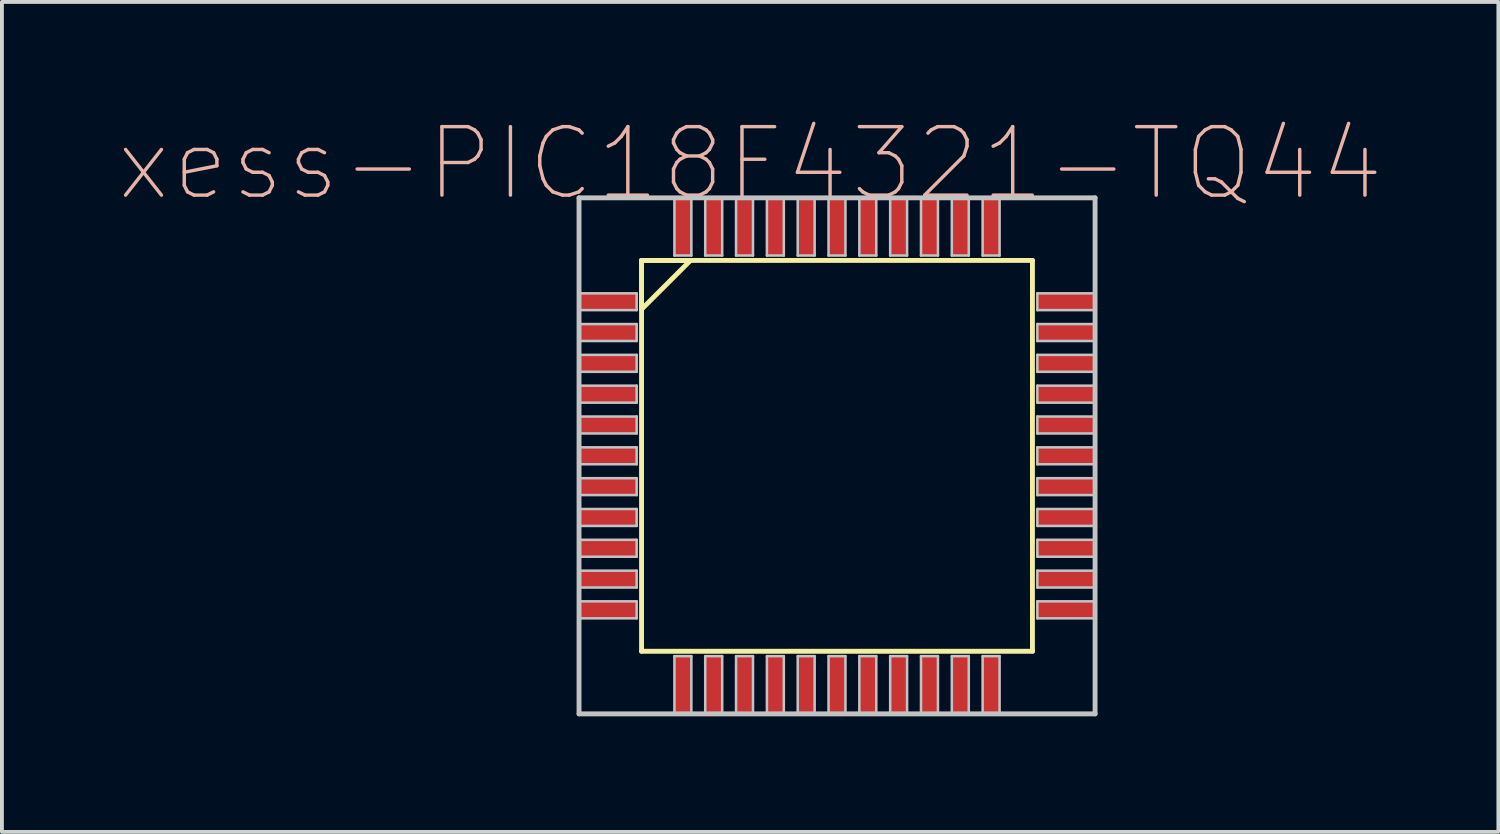
<source format=kicad_pcb>
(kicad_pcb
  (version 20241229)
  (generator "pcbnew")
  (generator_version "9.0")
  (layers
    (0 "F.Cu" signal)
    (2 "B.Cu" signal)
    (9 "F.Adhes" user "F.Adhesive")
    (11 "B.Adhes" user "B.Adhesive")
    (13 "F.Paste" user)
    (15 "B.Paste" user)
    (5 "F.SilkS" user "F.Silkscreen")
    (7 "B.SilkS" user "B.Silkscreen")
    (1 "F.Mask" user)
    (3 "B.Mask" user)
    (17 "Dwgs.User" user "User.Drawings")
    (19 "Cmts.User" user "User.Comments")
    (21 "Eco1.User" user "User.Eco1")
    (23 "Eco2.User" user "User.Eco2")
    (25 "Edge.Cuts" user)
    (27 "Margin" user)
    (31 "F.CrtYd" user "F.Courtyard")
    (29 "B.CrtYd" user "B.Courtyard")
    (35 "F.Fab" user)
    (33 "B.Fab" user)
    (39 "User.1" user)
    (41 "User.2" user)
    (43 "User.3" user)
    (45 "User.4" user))
  (footprint "xess-PIC18F4321-TQ44"
    (layer "F.Cu")
    (at 12.979 4.783)
    (property "Reference" "xess-PIC18F4321-TQ44" (at 3.444 -3.586 0) (layer "B.SilkS") (effects (font (size 1.778 1.778) (thickness 0.089))))
    (attr smd)
    (fp_line (start 0.625 -1.072) (end 0.625 0.196) (stroke (width 0.127) (type solid)) (layer "F.SilkS"))
    (fp_line (start 0.625 -1.072) (end 0.625 9.073) (stroke (width 0.127) (type solid)) (layer "F.SilkS"))
    (fp_line (start 0.625 0.196) (end 1.895 -1.072) (stroke (width 0.127) (type solid)) (layer "F.SilkS"))
    (fp_line (start 0.625 9.073) (end 10.772 9.073) (stroke (width 0.127) (type solid)) (layer "F.SilkS"))
    (fp_line (start 1.895 -1.072) (end 0.625 -1.072) (stroke (width 0.127) (type solid)) (layer "F.SilkS"))
    (fp_line (start 10.772 -1.072) (end 0.625 -1.072) (stroke (width 0.127) (type solid)) (layer "F.SilkS"))
    (fp_line (start 10.772 9.073) (end 10.772 -1.072) (stroke (width 0.127) (type solid)) (layer "F.SilkS"))
    (fp_line (start -0.998 -2.697) (end -0.998 10.698) (stroke (width 0.127) (type solid)) (layer "Dwgs.User"))
    (fp_line (start -0.998 -0.218) (end 0.498 -0.218) (stroke (width 0.066) (type solid)) (layer "Dwgs.User"))
    (fp_line (start -0.998 0.218) (end -0.998 -0.218) (stroke (width 0.066) (type solid)) (layer "Dwgs.User"))
    (fp_line (start -0.998 0.218) (end 0.498 0.218) (stroke (width 0.066) (type solid)) (layer "Dwgs.User"))
    (fp_line (start -0.998 0.579) (end 0.498 0.579) (stroke (width 0.066) (type solid)) (layer "Dwgs.User"))
    (fp_line (start -0.998 1.019) (end -0.998 0.579) (stroke (width 0.066) (type solid)) (layer "Dwgs.User"))
    (fp_line (start -0.998 1.019) (end 0.498 1.019) (stroke (width 0.066) (type solid)) (layer "Dwgs.User"))
    (fp_line (start -0.998 1.379) (end 0.498 1.379) (stroke (width 0.066) (type solid)) (layer "Dwgs.User"))
    (fp_line (start -0.998 1.819) (end -0.998 1.379) (stroke (width 0.066) (type solid)) (layer "Dwgs.User"))
    (fp_line (start -0.998 1.819) (end 0.498 1.819) (stroke (width 0.066) (type solid)) (layer "Dwgs.User"))
    (fp_line (start -0.998 2.179) (end 0.498 2.179) (stroke (width 0.066) (type solid)) (layer "Dwgs.User"))
    (fp_line (start -0.998 2.619) (end -0.998 2.179) (stroke (width 0.066) (type solid)) (layer "Dwgs.User"))
    (fp_line (start -0.998 2.619) (end 0.498 2.619) (stroke (width 0.066) (type solid)) (layer "Dwgs.User"))
    (fp_line (start -0.998 2.979) (end 0.498 2.979) (stroke (width 0.066) (type solid)) (layer "Dwgs.User"))
    (fp_line (start -0.998 3.419) (end -0.998 2.979) (stroke (width 0.066) (type solid)) (layer "Dwgs.User"))
    (fp_line (start -0.998 3.419) (end 0.498 3.419) (stroke (width 0.066) (type solid)) (layer "Dwgs.User"))
    (fp_line (start -0.998 3.78) (end 0.498 3.78) (stroke (width 0.066) (type solid)) (layer "Dwgs.User"))
    (fp_line (start -0.998 4.219) (end -0.998 3.78) (stroke (width 0.066) (type solid)) (layer "Dwgs.User"))
    (fp_line (start -0.998 4.219) (end 0.498 4.219) (stroke (width 0.066) (type solid)) (layer "Dwgs.User"))
    (fp_line (start -0.998 4.58) (end 0.498 4.58) (stroke (width 0.066) (type solid)) (layer "Dwgs.User"))
    (fp_line (start -0.998 5.019) (end -0.998 4.58) (stroke (width 0.066) (type solid)) (layer "Dwgs.User"))
    (fp_line (start -0.998 5.019) (end 0.498 5.019) (stroke (width 0.066) (type solid)) (layer "Dwgs.User"))
    (fp_line (start -0.998 5.38) (end 0.498 5.38) (stroke (width 0.066) (type solid)) (layer "Dwgs.User"))
    (fp_line (start -0.998 5.819) (end -0.998 5.38) (stroke (width 0.066) (type solid)) (layer "Dwgs.User"))
    (fp_line (start -0.998 5.819) (end 0.498 5.819) (stroke (width 0.066) (type solid)) (layer "Dwgs.User"))
    (fp_line (start -0.998 6.18) (end 0.498 6.18) (stroke (width 0.066) (type solid)) (layer "Dwgs.User"))
    (fp_line (start -0.998 6.619) (end -0.998 6.18) (stroke (width 0.066) (type solid)) (layer "Dwgs.User"))
    (fp_line (start -0.998 6.619) (end 0.498 6.619) (stroke (width 0.066) (type solid)) (layer "Dwgs.User"))
    (fp_line (start -0.998 6.98) (end 0.498 6.98) (stroke (width 0.066) (type solid)) (layer "Dwgs.User"))
    (fp_line (start -0.998 7.419) (end -0.998 6.98) (stroke (width 0.066) (type solid)) (layer "Dwgs.User"))
    (fp_line (start -0.998 7.419) (end 0.498 7.419) (stroke (width 0.066) (type solid)) (layer "Dwgs.User"))
    (fp_line (start -0.998 7.777) (end 0.498 7.777) (stroke (width 0.066) (type solid)) (layer "Dwgs.User"))
    (fp_line (start -0.998 8.219) (end -0.998 7.777) (stroke (width 0.066) (type solid)) (layer "Dwgs.User"))
    (fp_line (start -0.998 8.219) (end 0.498 8.219) (stroke (width 0.066) (type solid)) (layer "Dwgs.User"))
    (fp_line (start -0.998 10.698) (end 12.398 10.698) (stroke (width 0.127) (type solid)) (layer "Dwgs.User"))
    (fp_line (start 0.498 0.218) (end 0.498 -0.218) (stroke (width 0.066) (type solid)) (layer "Dwgs.User"))
    (fp_line (start 0.498 1.019) (end 0.498 0.579) (stroke (width 0.066) (type solid)) (layer "Dwgs.User"))
    (fp_line (start 0.498 1.819) (end 0.498 1.379) (stroke (width 0.066) (type solid)) (layer "Dwgs.User"))
    (fp_line (start 0.498 2.619) (end 0.498 2.179) (stroke (width 0.066) (type solid)) (layer "Dwgs.User"))
    (fp_line (start 0.498 3.419) (end 0.498 2.979) (stroke (width 0.066) (type solid)) (layer "Dwgs.User"))
    (fp_line (start 0.498 4.219) (end 0.498 3.78) (stroke (width 0.066) (type solid)) (layer "Dwgs.User"))
    (fp_line (start 0.498 5.019) (end 0.498 4.58) (stroke (width 0.066) (type solid)) (layer "Dwgs.User"))
    (fp_line (start 0.498 5.819) (end 0.498 5.38) (stroke (width 0.066) (type solid)) (layer "Dwgs.User"))
    (fp_line (start 0.498 6.619) (end 0.498 6.18) (stroke (width 0.066) (type solid)) (layer "Dwgs.User"))
    (fp_line (start 0.498 7.419) (end 0.498 6.98) (stroke (width 0.066) (type solid)) (layer "Dwgs.User"))
    (fp_line (start 0.498 8.219) (end 0.498 7.777) (stroke (width 0.066) (type solid)) (layer "Dwgs.User"))
    (fp_line (start 1.478 -2.697) (end 1.918 -2.697) (stroke (width 0.066) (type solid)) (layer "Dwgs.User"))
    (fp_line (start 1.478 -1.199) (end 1.478 -2.697) (stroke (width 0.066) (type solid)) (layer "Dwgs.User"))
    (fp_line (start 1.478 -1.199) (end 1.918 -1.199) (stroke (width 0.066) (type solid)) (layer "Dwgs.User"))
    (fp_line (start 1.478 9.2) (end 1.918 9.2) (stroke (width 0.066) (type solid)) (layer "Dwgs.User"))
    (fp_line (start 1.478 10.698) (end 1.478 9.2) (stroke (width 0.066) (type solid)) (layer "Dwgs.User"))
    (fp_line (start 1.478 10.698) (end 1.918 10.698) (stroke (width 0.066) (type solid)) (layer "Dwgs.User"))
    (fp_line (start 1.918 -1.199) (end 1.918 -2.697) (stroke (width 0.066) (type solid)) (layer "Dwgs.User"))
    (fp_line (start 1.918 10.698) (end 1.918 9.2) (stroke (width 0.066) (type solid)) (layer "Dwgs.User"))
    (fp_line (start 2.278 -2.697) (end 2.718 -2.697) (stroke (width 0.066) (type solid)) (layer "Dwgs.User"))
    (fp_line (start 2.278 -1.199) (end 2.278 -2.697) (stroke (width 0.066) (type solid)) (layer "Dwgs.User"))
    (fp_line (start 2.278 -1.199) (end 2.718 -1.199) (stroke (width 0.066) (type solid)) (layer "Dwgs.User"))
    (fp_line (start 2.278 9.2) (end 2.718 9.2) (stroke (width 0.066) (type solid)) (layer "Dwgs.User"))
    (fp_line (start 2.278 10.698) (end 2.278 9.2) (stroke (width 0.066) (type solid)) (layer "Dwgs.User"))
    (fp_line (start 2.278 10.698) (end 2.718 10.698) (stroke (width 0.066) (type solid)) (layer "Dwgs.User"))
    (fp_line (start 2.718 -1.199) (end 2.718 -2.697) (stroke (width 0.066) (type solid)) (layer "Dwgs.User"))
    (fp_line (start 2.718 10.698) (end 2.718 9.2) (stroke (width 0.066) (type solid)) (layer "Dwgs.User"))
    (fp_line (start 3.078 -2.697) (end 3.518 -2.697) (stroke (width 0.066) (type solid)) (layer "Dwgs.User"))
    (fp_line (start 3.078 -1.199) (end 3.078 -2.697) (stroke (width 0.066) (type solid)) (layer "Dwgs.User"))
    (fp_line (start 3.078 -1.199) (end 3.518 -1.199) (stroke (width 0.066) (type solid)) (layer "Dwgs.User"))
    (fp_line (start 3.078 9.2) (end 3.518 9.2) (stroke (width 0.066) (type solid)) (layer "Dwgs.User"))
    (fp_line (start 3.078 10.698) (end 3.078 9.2) (stroke (width 0.066) (type solid)) (layer "Dwgs.User"))
    (fp_line (start 3.078 10.698) (end 3.518 10.698) (stroke (width 0.066) (type solid)) (layer "Dwgs.User"))
    (fp_line (start 3.518 -1.199) (end 3.518 -2.697) (stroke (width 0.066) (type solid)) (layer "Dwgs.User"))
    (fp_line (start 3.518 10.698) (end 3.518 9.2) (stroke (width 0.066) (type solid)) (layer "Dwgs.User"))
    (fp_line (start 3.879 -2.697) (end 4.318 -2.697) (stroke (width 0.066) (type solid)) (layer "Dwgs.User"))
    (fp_line (start 3.879 -1.199) (end 3.879 -2.697) (stroke (width 0.066) (type solid)) (layer "Dwgs.User"))
    (fp_line (start 3.879 -1.199) (end 4.318 -1.199) (stroke (width 0.066) (type solid)) (layer "Dwgs.User"))
    (fp_line (start 3.879 9.2) (end 4.318 9.2) (stroke (width 0.066) (type solid)) (layer "Dwgs.User"))
    (fp_line (start 3.879 10.698) (end 3.879 9.2) (stroke (width 0.066) (type solid)) (layer "Dwgs.User"))
    (fp_line (start 3.879 10.698) (end 4.318 10.698) (stroke (width 0.066) (type solid)) (layer "Dwgs.User"))
    (fp_line (start 4.318 -1.199) (end 4.318 -2.697) (stroke (width 0.066) (type solid)) (layer "Dwgs.User"))
    (fp_line (start 4.318 10.698) (end 4.318 9.2) (stroke (width 0.066) (type solid)) (layer "Dwgs.User"))
    (fp_line (start 4.679 -2.697) (end 5.118 -2.697) (stroke (width 0.066) (type solid)) (layer "Dwgs.User"))
    (fp_line (start 4.679 -1.199) (end 4.679 -2.697) (stroke (width 0.066) (type solid)) (layer "Dwgs.User"))
    (fp_line (start 4.679 -1.199) (end 5.118 -1.199) (stroke (width 0.066) (type solid)) (layer "Dwgs.User"))
    (fp_line (start 4.679 9.2) (end 5.118 9.2) (stroke (width 0.066) (type solid)) (layer "Dwgs.User"))
    (fp_line (start 4.679 10.698) (end 4.679 9.2) (stroke (width 0.066) (type solid)) (layer "Dwgs.User"))
    (fp_line (start 4.679 10.698) (end 5.118 10.698) (stroke (width 0.066) (type solid)) (layer "Dwgs.User"))
    (fp_line (start 5.118 -1.199) (end 5.118 -2.697) (stroke (width 0.066) (type solid)) (layer "Dwgs.User"))
    (fp_line (start 5.118 10.698) (end 5.118 9.2) (stroke (width 0.066) (type solid)) (layer "Dwgs.User"))
    (fp_line (start 5.479 -2.697) (end 5.918 -2.697) (stroke (width 0.066) (type solid)) (layer "Dwgs.User"))
    (fp_line (start 5.479 -1.199) (end 5.479 -2.697) (stroke (width 0.066) (type solid)) (layer "Dwgs.User"))
    (fp_line (start 5.479 -1.199) (end 5.918 -1.199) (stroke (width 0.066) (type solid)) (layer "Dwgs.User"))
    (fp_line (start 5.479 9.2) (end 5.918 9.2) (stroke (width 0.066) (type solid)) (layer "Dwgs.User"))
    (fp_line (start 5.479 10.698) (end 5.479 9.2) (stroke (width 0.066) (type solid)) (layer "Dwgs.User"))
    (fp_line (start 5.479 10.698) (end 5.918 10.698) (stroke (width 0.066) (type solid)) (layer "Dwgs.User"))
    (fp_line (start 5.918 -1.199) (end 5.918 -2.697) (stroke (width 0.066) (type solid)) (layer "Dwgs.User"))
    (fp_line (start 5.918 10.698) (end 5.918 9.2) (stroke (width 0.066) (type solid)) (layer "Dwgs.User"))
    (fp_line (start 6.279 -2.697) (end 6.718 -2.697) (stroke (width 0.066) (type solid)) (layer "Dwgs.User"))
    (fp_line (start 6.279 -1.199) (end 6.279 -2.697) (stroke (width 0.066) (type solid)) (layer "Dwgs.User"))
    (fp_line (start 6.279 -1.199) (end 6.718 -1.199) (stroke (width 0.066) (type solid)) (layer "Dwgs.User"))
    (fp_line (start 6.279 9.2) (end 6.718 9.2) (stroke (width 0.066) (type solid)) (layer "Dwgs.User"))
    (fp_line (start 6.279 10.698) (end 6.279 9.2) (stroke (width 0.066) (type solid)) (layer "Dwgs.User"))
    (fp_line (start 6.279 10.698) (end 6.718 10.698) (stroke (width 0.066) (type solid)) (layer "Dwgs.User"))
    (fp_line (start 6.718 -1.199) (end 6.718 -2.697) (stroke (width 0.066) (type solid)) (layer "Dwgs.User"))
    (fp_line (start 6.718 10.698) (end 6.718 9.2) (stroke (width 0.066) (type solid)) (layer "Dwgs.User"))
    (fp_line (start 7.079 -2.697) (end 7.518 -2.697) (stroke (width 0.066) (type solid)) (layer "Dwgs.User"))
    (fp_line (start 7.079 -1.199) (end 7.079 -2.697) (stroke (width 0.066) (type solid)) (layer "Dwgs.User"))
    (fp_line (start 7.079 -1.199) (end 7.518 -1.199) (stroke (width 0.066) (type solid)) (layer "Dwgs.User"))
    (fp_line (start 7.079 9.2) (end 7.518 9.2) (stroke (width 0.066) (type solid)) (layer "Dwgs.User"))
    (fp_line (start 7.079 10.698) (end 7.079 9.2) (stroke (width 0.066) (type solid)) (layer "Dwgs.User"))
    (fp_line (start 7.079 10.698) (end 7.518 10.698) (stroke (width 0.066) (type solid)) (layer "Dwgs.User"))
    (fp_line (start 7.518 -1.199) (end 7.518 -2.697) (stroke (width 0.066) (type solid)) (layer "Dwgs.User"))
    (fp_line (start 7.518 10.698) (end 7.518 9.2) (stroke (width 0.066) (type solid)) (layer "Dwgs.User"))
    (fp_line (start 7.879 -2.697) (end 8.319 -2.697) (stroke (width 0.066) (type solid)) (layer "Dwgs.User"))
    (fp_line (start 7.879 -1.199) (end 7.879 -2.697) (stroke (width 0.066) (type solid)) (layer "Dwgs.User"))
    (fp_line (start 7.879 -1.199) (end 8.319 -1.199) (stroke (width 0.066) (type solid)) (layer "Dwgs.User"))
    (fp_line (start 7.879 9.2) (end 8.319 9.2) (stroke (width 0.066) (type solid)) (layer "Dwgs.User"))
    (fp_line (start 7.879 10.698) (end 7.879 9.2) (stroke (width 0.066) (type solid)) (layer "Dwgs.User"))
    (fp_line (start 7.879 10.698) (end 8.319 10.698) (stroke (width 0.066) (type solid)) (layer "Dwgs.User"))
    (fp_line (start 8.319 -1.199) (end 8.319 -2.697) (stroke (width 0.066) (type solid)) (layer "Dwgs.User"))
    (fp_line (start 8.319 10.698) (end 8.319 9.2) (stroke (width 0.066) (type solid)) (layer "Dwgs.User"))
    (fp_line (start 8.679 -2.697) (end 9.119 -2.697) (stroke (width 0.066) (type solid)) (layer "Dwgs.User"))
    (fp_line (start 8.679 -1.199) (end 8.679 -2.697) (stroke (width 0.066) (type solid)) (layer "Dwgs.User"))
    (fp_line (start 8.679 -1.199) (end 9.119 -1.199) (stroke (width 0.066) (type solid)) (layer "Dwgs.User"))
    (fp_line (start 8.679 9.2) (end 9.119 9.2) (stroke (width 0.066) (type solid)) (layer "Dwgs.User"))
    (fp_line (start 8.679 10.698) (end 8.679 9.2) (stroke (width 0.066) (type solid)) (layer "Dwgs.User"))
    (fp_line (start 8.679 10.698) (end 9.119 10.698) (stroke (width 0.066) (type solid)) (layer "Dwgs.User"))
    (fp_line (start 9.119 -1.199) (end 9.119 -2.697) (stroke (width 0.066) (type solid)) (layer "Dwgs.User"))
    (fp_line (start 9.119 10.698) (end 9.119 9.2) (stroke (width 0.066) (type solid)) (layer "Dwgs.User"))
    (fp_line (start 9.479 -2.697) (end 9.919 -2.697) (stroke (width 0.066) (type solid)) (layer "Dwgs.User"))
    (fp_line (start 9.479 -1.199) (end 9.479 -2.697) (stroke (width 0.066) (type solid)) (layer "Dwgs.User"))
    (fp_line (start 9.479 -1.199) (end 9.919 -1.199) (stroke (width 0.066) (type solid)) (layer "Dwgs.User"))
    (fp_line (start 9.479 9.2) (end 9.919 9.2) (stroke (width 0.066) (type solid)) (layer "Dwgs.User"))
    (fp_line (start 9.479 10.698) (end 9.479 9.2) (stroke (width 0.066) (type solid)) (layer "Dwgs.User"))
    (fp_line (start 9.479 10.698) (end 9.919 10.698) (stroke (width 0.066) (type solid)) (layer "Dwgs.User"))
    (fp_line (start 9.919 -1.199) (end 9.919 -2.697) (stroke (width 0.066) (type solid)) (layer "Dwgs.User"))
    (fp_line (start 9.919 10.698) (end 9.919 9.2) (stroke (width 0.066) (type solid)) (layer "Dwgs.User"))
    (fp_line (start 10.899 -0.218) (end 12.398 -0.218) (stroke (width 0.066) (type solid)) (layer "Dwgs.User"))
    (fp_line (start 10.899 0.218) (end 10.899 -0.218) (stroke (width 0.066) (type solid)) (layer "Dwgs.User"))
    (fp_line (start 10.899 0.218) (end 12.398 0.218) (stroke (width 0.066) (type solid)) (layer "Dwgs.User"))
    (fp_line (start 10.899 0.579) (end 12.398 0.579) (stroke (width 0.066) (type solid)) (layer "Dwgs.User"))
    (fp_line (start 10.899 1.019) (end 10.899 0.579) (stroke (width 0.066) (type solid)) (layer "Dwgs.User"))
    (fp_line (start 10.899 1.019) (end 12.398 1.019) (stroke (width 0.066) (type solid)) (layer "Dwgs.User"))
    (fp_line (start 10.899 1.379) (end 12.398 1.379) (stroke (width 0.066) (type solid)) (layer "Dwgs.User"))
    (fp_line (start 10.899 1.819) (end 10.899 1.379) (stroke (width 0.066) (type solid)) (layer "Dwgs.User"))
    (fp_line (start 10.899 1.819) (end 12.398 1.819) (stroke (width 0.066) (type solid)) (layer "Dwgs.User"))
    (fp_line (start 10.899 2.179) (end 12.398 2.179) (stroke (width 0.066) (type solid)) (layer "Dwgs.User"))
    (fp_line (start 10.899 2.619) (end 10.899 2.179) (stroke (width 0.066) (type solid)) (layer "Dwgs.User"))
    (fp_line (start 10.899 2.619) (end 12.398 2.619) (stroke (width 0.066) (type solid)) (layer "Dwgs.User"))
    (fp_line (start 10.899 2.979) (end 12.398 2.979) (stroke (width 0.066) (type solid)) (layer "Dwgs.User"))
    (fp_line (start 10.899 3.419) (end 10.899 2.979) (stroke (width 0.066) (type solid)) (layer "Dwgs.User"))
    (fp_line (start 10.899 3.419) (end 12.398 3.419) (stroke (width 0.066) (type solid)) (layer "Dwgs.User"))
    (fp_line (start 10.899 3.78) (end 12.398 3.78) (stroke (width 0.066) (type solid)) (layer "Dwgs.User"))
    (fp_line (start 10.899 4.219) (end 10.899 3.78) (stroke (width 0.066) (type solid)) (layer "Dwgs.User"))
    (fp_line (start 10.899 4.219) (end 12.398 4.219) (stroke (width 0.066) (type solid)) (layer "Dwgs.User"))
    (fp_line (start 10.899 4.58) (end 12.398 4.58) (stroke (width 0.066) (type solid)) (layer "Dwgs.User"))
    (fp_line (start 10.899 5.019) (end 10.899 4.58) (stroke (width 0.066) (type solid)) (layer "Dwgs.User"))
    (fp_line (start 10.899 5.019) (end 12.398 5.019) (stroke (width 0.066) (type solid)) (layer "Dwgs.User"))
    (fp_line (start 10.899 5.38) (end 12.398 5.38) (stroke (width 0.066) (type solid)) (layer "Dwgs.User"))
    (fp_line (start 10.899 5.819) (end 10.899 5.38) (stroke (width 0.066) (type solid)) (layer "Dwgs.User"))
    (fp_line (start 10.899 5.819) (end 12.398 5.819) (stroke (width 0.066) (type solid)) (layer "Dwgs.User"))
    (fp_line (start 10.899 6.18) (end 12.398 6.18) (stroke (width 0.066) (type solid)) (layer "Dwgs.User"))
    (fp_line (start 10.899 6.619) (end 10.899 6.18) (stroke (width 0.066) (type solid)) (layer "Dwgs.User"))
    (fp_line (start 10.899 6.619) (end 12.398 6.619) (stroke (width 0.066) (type solid)) (layer "Dwgs.User"))
    (fp_line (start 10.899 6.98) (end 12.398 6.98) (stroke (width 0.066) (type solid)) (layer "Dwgs.User"))
    (fp_line (start 10.899 7.419) (end 10.899 6.98) (stroke (width 0.066) (type solid)) (layer "Dwgs.User"))
    (fp_line (start 10.899 7.419) (end 12.398 7.419) (stroke (width 0.066) (type solid)) (layer "Dwgs.User"))
    (fp_line (start 10.899 7.777) (end 12.398 7.777) (stroke (width 0.066) (type solid)) (layer "Dwgs.User"))
    (fp_line (start 10.899 8.219) (end 10.899 7.777) (stroke (width 0.066) (type solid)) (layer "Dwgs.User"))
    (fp_line (start 10.899 8.219) (end 12.398 8.219) (stroke (width 0.066) (type solid)) (layer "Dwgs.User"))
    (fp_line (start 12.398 -2.697) (end -0.998 -2.697) (stroke (width 0.127) (type solid)) (layer "Dwgs.User"))
    (fp_line (start 12.398 0.218) (end 12.398 -0.218) (stroke (width 0.066) (type solid)) (layer "Dwgs.User"))
    (fp_line (start 12.398 1.019) (end 12.398 0.579) (stroke (width 0.066) (type solid)) (layer "Dwgs.User"))
    (fp_line (start 12.398 1.819) (end 12.398 1.379) (stroke (width 0.066) (type solid)) (layer "Dwgs.User"))
    (fp_line (start 12.398 2.619) (end 12.398 2.179) (stroke (width 0.066) (type solid)) (layer "Dwgs.User"))
    (fp_line (start 12.398 3.419) (end 12.398 2.979) (stroke (width 0.066) (type solid)) (layer "Dwgs.User"))
    (fp_line (start 12.398 4.219) (end 12.398 3.78) (stroke (width 0.066) (type solid)) (layer "Dwgs.User"))
    (fp_line (start 12.398 5.019) (end 12.398 4.58) (stroke (width 0.066) (type solid)) (layer "Dwgs.User"))
    (fp_line (start 12.398 5.819) (end 12.398 5.38) (stroke (width 0.066) (type solid)) (layer "Dwgs.User"))
    (fp_line (start 12.398 6.619) (end 12.398 6.18) (stroke (width 0.066) (type solid)) (layer "Dwgs.User"))
    (fp_line (start 12.398 7.419) (end 12.398 6.98) (stroke (width 0.066) (type solid)) (layer "Dwgs.User"))
    (fp_line (start 12.398 8.219) (end 12.398 7.777) (stroke (width 0.066) (type solid)) (layer "Dwgs.User"))
    (fp_line (start 12.398 10.698) (end 12.398 -2.697) (stroke (width 0.127) (type solid)) (layer "Dwgs.User"))
    (pad "1" smd rect (at -0.249 0) (size 1.499 0.439) (layers "F.Cu" "F.Mask" "F.Paste"))
    (pad "2" smd rect (at -0.249 0.798) (size 1.499 0.439) (layers "F.Cu" "F.Mask" "F.Paste"))
    (pad "3" smd rect (at -0.249 1.598) (size 1.499 0.439) (layers "F.Cu" "F.Mask" "F.Paste"))
    (pad "4" smd rect (at -0.249 2.398) (size 1.499 0.439) (layers "F.Cu" "F.Mask" "F.Paste"))
    (pad "5" smd rect (at -0.249 3.198) (size 1.499 0.439) (layers "F.Cu" "F.Mask" "F.Paste"))
    (pad "6" smd rect (at -0.249 3.998) (size 1.499 0.439) (layers "F.Cu" "F.Mask" "F.Paste"))
    (pad "7" smd rect (at -0.249 4.798) (size 1.499 0.439) (layers "F.Cu" "F.Mask" "F.Paste"))
    (pad "8" smd rect (at -0.249 5.598) (size 1.499 0.439) (layers "F.Cu" "F.Mask" "F.Paste"))
    (pad "9" smd rect (at -0.249 6.398) (size 1.499 0.439) (layers "F.Cu" "F.Mask" "F.Paste"))
    (pad "10" smd rect (at -0.249 7.198) (size 1.499 0.439) (layers "F.Cu" "F.Mask" "F.Paste"))
    (pad "11" smd rect (at -0.249 7.998) (size 1.499 0.439) (layers "F.Cu" "F.Mask" "F.Paste"))
    (pad "12" smd rect (at 1.699 9.949) (size 0.439 1.499) (layers "F.Cu" "F.Mask" "F.Paste"))
    (pad "13" smd rect (at 2.499 9.949) (size 0.439 1.499) (layers "F.Cu" "F.Mask" "F.Paste"))
    (pad "14" smd rect (at 3.299 9.949) (size 0.439 1.499) (layers "F.Cu" "F.Mask" "F.Paste"))
    (pad "15" smd rect (at 4.1 9.949) (size 0.439 1.499) (layers "F.Cu" "F.Mask" "F.Paste"))
    (pad "16" smd rect (at 4.9 9.949) (size 0.439 1.499) (layers "F.Cu" "F.Mask" "F.Paste"))
    (pad "17" smd rect (at 5.7 9.949) (size 0.439 1.499) (layers "F.Cu" "F.Mask" "F.Paste"))
    (pad "18" smd rect (at 6.5 9.949) (size 0.439 1.499) (layers "F.Cu" "F.Mask" "F.Paste"))
    (pad "19" smd rect (at 7.3 9.949) (size 0.439 1.499) (layers "F.Cu" "F.Mask" "F.Paste"))
    (pad "20" smd rect (at 8.098 9.949) (size 0.439 1.499) (layers "F.Cu" "F.Mask" "F.Paste"))
    (pad "21" smd rect (at 8.898 9.949) (size 0.439 1.499) (layers "F.Cu" "F.Mask" "F.Paste"))
    (pad "22" smd rect (at 9.698 9.949) (size 0.439 1.499) (layers "F.Cu" "F.Mask" "F.Paste"))
    (pad "23" smd rect (at 11.648 7.998) (size 1.499 0.439) (layers "F.Cu" "F.Mask" "F.Paste"))
    (pad "24" smd rect (at 11.648 7.198) (size 1.499 0.439) (layers "F.Cu" "F.Mask" "F.Paste"))
    (pad "25" smd rect (at 11.648 6.398) (size 1.499 0.439) (layers "F.Cu" "F.Mask" "F.Paste"))
    (pad "26" smd rect (at 11.648 5.598) (size 1.499 0.439) (layers "F.Cu" "F.Mask" "F.Paste"))
    (pad "27" smd rect (at 11.648 4.798) (size 1.499 0.439) (layers "F.Cu" "F.Mask" "F.Paste"))
    (pad "28" smd rect (at 11.648 3.998) (size 1.499 0.439) (layers "F.Cu" "F.Mask" "F.Paste"))
    (pad "29" smd rect (at 11.648 3.198) (size 1.499 0.439) (layers "F.Cu" "F.Mask" "F.Paste"))
    (pad "30" smd rect (at 11.648 2.398) (size 1.499 0.439) (layers "F.Cu" "F.Mask" "F.Paste"))
    (pad "31" smd rect (at 11.648 1.598) (size 1.499 0.439) (layers "F.Cu" "F.Mask" "F.Paste"))
    (pad "32" smd rect (at 11.648 0.798) (size 1.499 0.439) (layers "F.Cu" "F.Mask" "F.Paste"))
    (pad "33" smd rect (at 11.648 0) (size 1.499 0.439) (layers "F.Cu" "F.Mask" "F.Paste"))
    (pad "34" smd rect (at 9.698 -1.948) (size 0.439 1.499) (layers "F.Cu" "F.Mask" "F.Paste"))
    (pad "35" smd rect (at 8.898 -1.948) (size 0.439 1.499) (layers "F.Cu" "F.Mask" "F.Paste"))
    (pad "36" smd rect (at 8.098 -1.948) (size 0.439 1.499) (layers "F.Cu" "F.Mask" "F.Paste"))
    (pad "37" smd rect (at 7.3 -1.948) (size 0.439 1.499) (layers "F.Cu" "F.Mask" "F.Paste"))
    (pad "38" smd rect (at 6.5 -1.948) (size 0.439 1.499) (layers "F.Cu" "F.Mask" "F.Paste"))
    (pad "39" smd rect (at 5.7 -1.948) (size 0.439 1.499) (layers "F.Cu" "F.Mask" "F.Paste"))
    (pad "40" smd rect (at 4.9 -1.948) (size 0.439 1.499) (layers "F.Cu" "F.Mask" "F.Paste"))
    (pad "41" smd rect (at 4.1 -1.948) (size 0.439 1.499) (layers "F.Cu" "F.Mask" "F.Paste"))
    (pad "42" smd rect (at 3.299 -1.948) (size 0.439 1.499) (layers "F.Cu" "F.Mask" "F.Paste"))
    (pad "43" smd rect (at 2.499 -1.948) (size 0.439 1.499) (layers "F.Cu" "F.Mask" "F.Paste"))
    (pad "44" smd rect (at 1.699 -1.948) (size 0.439 1.499) (layers "F.Cu" "F.Mask" "F.Paste")))
  (gr_rect
    (start -3 -3)
    (end 35.846 18.545)
    (stroke (width 0.1) (type default))
    (fill no)
    (layer "Edge.Cuts")))
</source>
